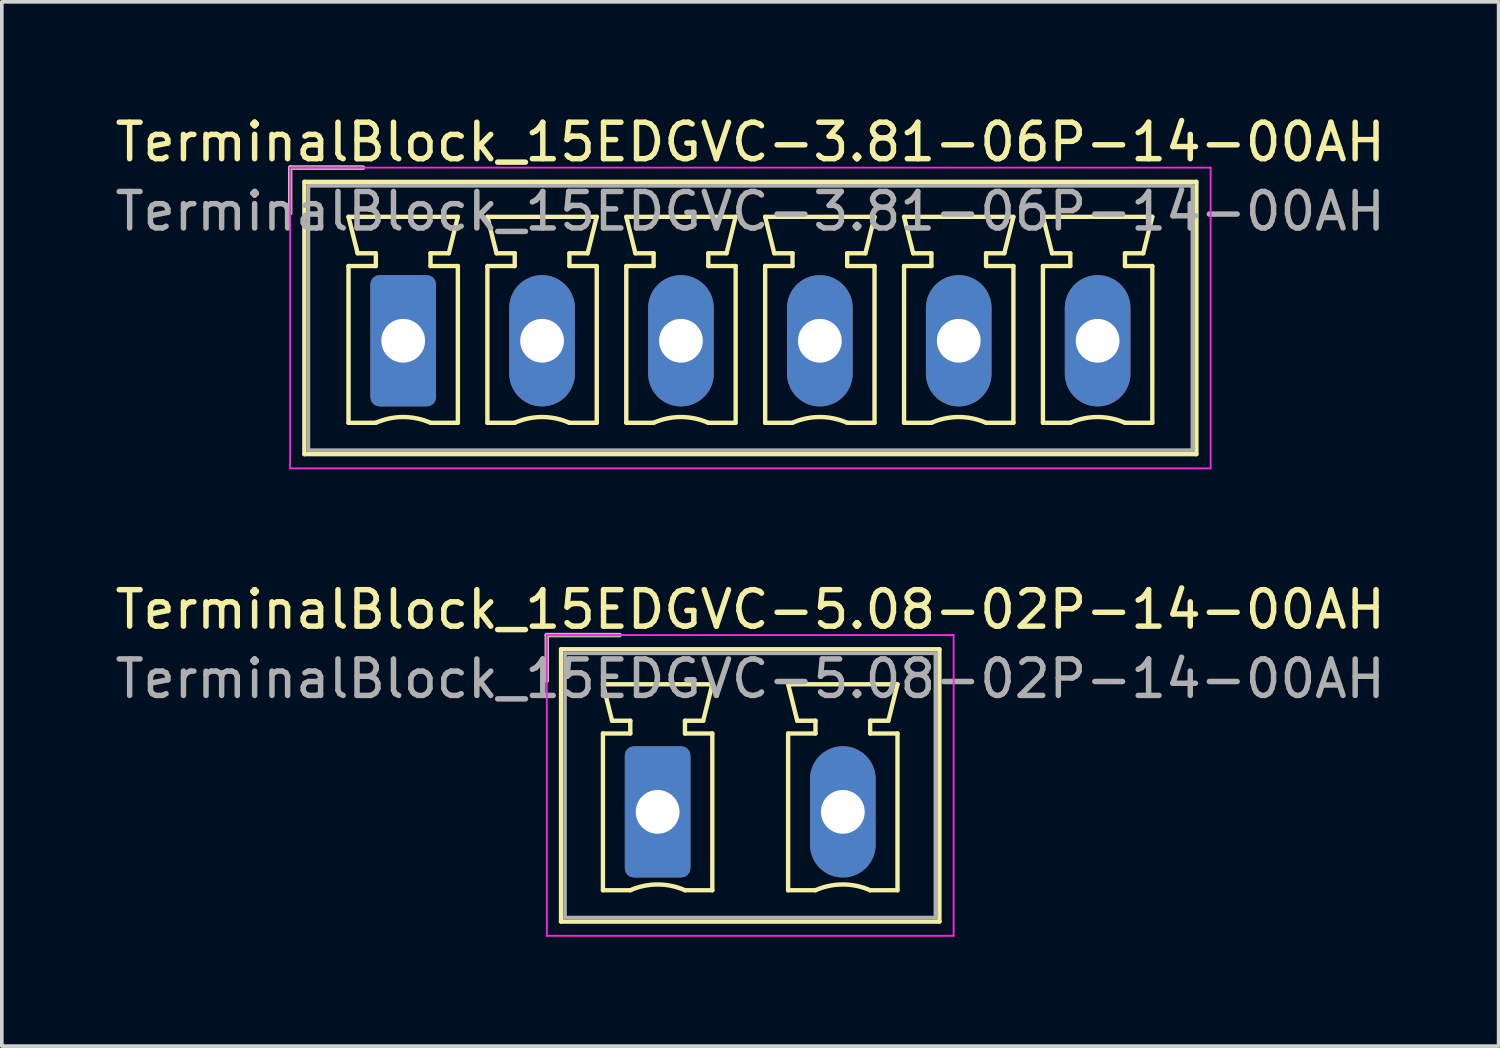
<source format=kicad_pcb>
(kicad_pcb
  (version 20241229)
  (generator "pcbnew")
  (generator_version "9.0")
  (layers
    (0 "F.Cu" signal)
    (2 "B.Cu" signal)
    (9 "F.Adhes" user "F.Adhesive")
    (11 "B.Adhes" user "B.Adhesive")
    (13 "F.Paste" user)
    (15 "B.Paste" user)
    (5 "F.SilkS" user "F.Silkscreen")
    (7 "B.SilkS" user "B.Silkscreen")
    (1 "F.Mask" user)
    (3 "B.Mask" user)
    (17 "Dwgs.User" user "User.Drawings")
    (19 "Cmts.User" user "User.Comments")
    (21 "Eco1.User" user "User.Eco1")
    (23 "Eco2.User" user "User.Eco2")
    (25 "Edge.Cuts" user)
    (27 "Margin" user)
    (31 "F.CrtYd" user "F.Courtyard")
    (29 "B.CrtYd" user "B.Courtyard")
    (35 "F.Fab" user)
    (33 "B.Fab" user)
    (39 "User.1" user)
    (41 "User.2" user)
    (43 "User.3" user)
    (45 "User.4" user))
  (footprint "TerminalBlock_15EDGVC-5.08-02P-14-00AH"
    (layer "F.Cu")
    (at 14.99 19.221)
    (property "Reference" "TerminalBlock_15EDGVC-5.08-02P-14-00AH" (at 2.54 -5.55 0) (layer "F.SilkS") (effects (font (size 1 1) (thickness 0.15))))
    (attr through_hole)
    (fp_line (start -3.04 -4.85) (end -1.04 -4.85) (stroke (width 0.12) (type solid)) (layer "F.SilkS"))
    (fp_line (start -3.04 -3.6) (end -3.04 -4.85) (stroke (width 0.12) (type solid)) (layer "F.SilkS"))
    (fp_line (start -2.65 -4.46) (end -2.65 3.01) (stroke (width 0.12) (type solid)) (layer "F.SilkS"))
    (fp_line (start -2.65 3.01) (end 7.73 3.01) (stroke (width 0.12) (type solid)) (layer "F.SilkS"))
    (fp_line (start -1.5 -3.5) (end 1.5 -3.5) (stroke (width 0.12) (type solid)) (layer "F.SilkS"))
    (fp_line (start -1.5 -2.15) (end -0.75 -2.15) (stroke (width 0.12) (type solid)) (layer "F.SilkS"))
    (fp_line (start -1.5 2.15) (end -1.5 -2.15) (stroke (width 0.12) (type solid)) (layer "F.SilkS"))
    (fp_line (start -1.25 -2.5) (end -1.5 -3.5) (stroke (width 0.12) (type solid)) (layer "F.SilkS"))
    (fp_line (start -0.75 -2.5) (end -1.25 -2.5) (stroke (width 0.12) (type solid)) (layer "F.SilkS"))
    (fp_line (start -0.75 -2.15) (end -0.75 -2.5) (stroke (width 0.12) (type solid)) (layer "F.SilkS"))
    (fp_line (start -0.75 2.15) (end -1.5 2.15) (stroke (width 0.12) (type solid)) (layer "F.SilkS"))
    (fp_line (start 0.75 -2.5) (end 0.75 -2.15) (stroke (width 0.12) (type solid)) (layer "F.SilkS"))
    (fp_line (start 0.75 -2.15) (end 1.5 -2.15) (stroke (width 0.12) (type solid)) (layer "F.SilkS"))
    (fp_line (start 1.25 -2.5) (end 0.75 -2.5) (stroke (width 0.12) (type solid)) (layer "F.SilkS"))
    (fp_line (start 1.5 -3.5) (end 1.25 -2.5) (stroke (width 0.12) (type solid)) (layer "F.SilkS"))
    (fp_line (start 1.5 -2.15) (end 1.5 2.15) (stroke (width 0.12) (type solid)) (layer "F.SilkS"))
    (fp_line (start 1.5 2.15) (end 0.75 2.15) (stroke (width 0.12) (type solid)) (layer "F.SilkS"))
    (fp_line (start 3.58 -3.5) (end 6.58 -3.5) (stroke (width 0.12) (type solid)) (layer "F.SilkS"))
    (fp_line (start 3.58 -2.15) (end 4.33 -2.15) (stroke (width 0.12) (type solid)) (layer "F.SilkS"))
    (fp_line (start 3.58 2.15) (end 3.58 -2.15) (stroke (width 0.12) (type solid)) (layer "F.SilkS"))
    (fp_line (start 3.83 -2.5) (end 3.58 -3.5) (stroke (width 0.12) (type solid)) (layer "F.SilkS"))
    (fp_line (start 4.33 -2.5) (end 3.83 -2.5) (stroke (width 0.12) (type solid)) (layer "F.SilkS"))
    (fp_line (start 4.33 -2.15) (end 4.33 -2.5) (stroke (width 0.12) (type solid)) (layer "F.SilkS"))
    (fp_line (start 4.33 2.15) (end 3.58 2.15) (stroke (width 0.12) (type solid)) (layer "F.SilkS"))
    (fp_line (start 5.83 -2.5) (end 5.83 -2.15) (stroke (width 0.12) (type solid)) (layer "F.SilkS"))
    (fp_line (start 5.83 -2.15) (end 6.58 -2.15) (stroke (width 0.12) (type solid)) (layer "F.SilkS"))
    (fp_line (start 6.33 -2.5) (end 5.83 -2.5) (stroke (width 0.12) (type solid)) (layer "F.SilkS"))
    (fp_line (start 6.58 -3.5) (end 6.33 -2.5) (stroke (width 0.12) (type solid)) (layer "F.SilkS"))
    (fp_line (start 6.58 -2.15) (end 6.58 2.15) (stroke (width 0.12) (type solid)) (layer "F.SilkS"))
    (fp_line (start 6.58 2.15) (end 5.83 2.15) (stroke (width 0.12) (type solid)) (layer "F.SilkS"))
    (fp_line (start 7.73 -4.46) (end -2.65 -4.46) (stroke (width 0.12) (type solid)) (layer "F.SilkS"))
    (fp_line (start 7.73 3.01) (end 7.73 -4.46) (stroke (width 0.12) (type solid)) (layer "F.SilkS"))
    (fp_arc (start -0.75 2.15) (mid -0.000193 1.99191) (end 0.749647 2.149844) (stroke (width 0.12) (type solid)) (layer "F.SilkS"))
    (fp_arc (start 4.33 2.15) (mid 5.079807 1.99191) (end 5.829647 2.149844) (stroke (width 0.12) (type solid)) (layer "F.SilkS"))
    (fp_line (start -3.04 -4.85) (end -3.04 3.4) (stroke (width 0.05) (type solid)) (layer "F.CrtYd"))
    (fp_line (start -3.04 3.4) (end 8.12 3.4) (stroke (width 0.05) (type solid)) (layer "F.CrtYd"))
    (fp_line (start 8.12 -4.85) (end -3.04 -4.85) (stroke (width 0.05) (type solid)) (layer "F.CrtYd"))
    (fp_line (start 8.12 3.4) (end 8.12 -4.85) (stroke (width 0.05) (type solid)) (layer "F.CrtYd"))
    (fp_line (start -3.04 -4.85) (end -1.04 -4.85) (stroke (width 0.1) (type solid)) (layer "F.Fab"))
    (fp_line (start -3.04 -3.6) (end -3.04 -4.85) (stroke (width 0.1) (type solid)) (layer "F.Fab"))
    (fp_line (start -2.54 -4.35) (end -2.54 2.9) (stroke (width 0.1) (type solid)) (layer "F.Fab"))
    (fp_line (start -2.54 2.9) (end 7.62 2.9) (stroke (width 0.1) (type solid)) (layer "F.Fab"))
    (fp_line (start 7.62 -4.35) (end -2.54 -4.35) (stroke (width 0.1) (type solid)) (layer "F.Fab"))
    (fp_line (start 7.62 2.9) (end 7.62 -4.35) (stroke (width 0.1) (type solid)) (layer "F.Fab"))
    (fp_text user "${REFERENCE}" (at 2.54 -3.65 0) (layer "F.Fab") (effects (font (size 1 1) (thickness 0.15))))
    (pad "1" thru_hole roundrect (at 0 0) (size 1.8 3.6) (drill 1.2) (layers "*.Cu" "*.Mask") (roundrect_rratio 0.139))
    (pad "2" thru_hole oval (at 5.08 0) (size 1.8 3.6) (drill 1.2) (layers "*.Cu" "*.Mask")))
  (footprint "TerminalBlock_15EDGVC-3.81-06P-14-00AH"
    (layer "F.Cu")
    (at 8.01 6.298)
    (property "Reference" "TerminalBlock_15EDGVC-3.81-06P-14-00AH" (at 9.52 -5.45 0) (layer "F.SilkS") (effects (font (size 1 1) (thickness 0.15))))
    (attr through_hole)
    (fp_line (start -3.1 -4.75) (end -1.1 -4.75) (stroke (width 0.12) (type solid)) (layer "F.SilkS"))
    (fp_line (start -3.1 -3.5) (end -3.1 -4.75) (stroke (width 0.12) (type solid)) (layer "F.SilkS"))
    (fp_line (start -2.71 -4.36) (end -2.71 3.11) (stroke (width 0.12) (type solid)) (layer "F.SilkS"))
    (fp_line (start -2.71 3.11) (end 21.76 3.11) (stroke (width 0.12) (type solid)) (layer "F.SilkS"))
    (fp_line (start -1.5 -3.4) (end 1.5 -3.4) (stroke (width 0.12) (type solid)) (layer "F.SilkS"))
    (fp_line (start -1.5 -2.05) (end -0.75 -2.05) (stroke (width 0.12) (type solid)) (layer "F.SilkS"))
    (fp_line (start -1.5 2.25) (end -1.5 -2.05) (stroke (width 0.12) (type solid)) (layer "F.SilkS"))
    (fp_line (start -1.25 -2.4) (end -1.5 -3.4) (stroke (width 0.12) (type solid)) (layer "F.SilkS"))
    (fp_line (start -0.75 -2.4) (end -1.25 -2.4) (stroke (width 0.12) (type solid)) (layer "F.SilkS"))
    (fp_line (start -0.75 -2.05) (end -0.75 -2.4) (stroke (width 0.12) (type solid)) (layer "F.SilkS"))
    (fp_line (start -0.75 2.25) (end -1.5 2.25) (stroke (width 0.12) (type solid)) (layer "F.SilkS"))
    (fp_line (start 0.75 -2.4) (end 0.75 -2.05) (stroke (width 0.12) (type solid)) (layer "F.SilkS"))
    (fp_line (start 0.75 -2.05) (end 1.5 -2.05) (stroke (width 0.12) (type solid)) (layer "F.SilkS"))
    (fp_line (start 1.25 -2.4) (end 0.75 -2.4) (stroke (width 0.12) (type solid)) (layer "F.SilkS"))
    (fp_line (start 1.5 -3.4) (end 1.25 -2.4) (stroke (width 0.12) (type solid)) (layer "F.SilkS"))
    (fp_line (start 1.5 -2.05) (end 1.5 2.25) (stroke (width 0.12) (type solid)) (layer "F.SilkS"))
    (fp_line (start 1.5 2.25) (end 0.75 2.25) (stroke (width 0.12) (type solid)) (layer "F.SilkS"))
    (fp_line (start 2.31 -3.4) (end 5.31 -3.4) (stroke (width 0.12) (type solid)) (layer "F.SilkS"))
    (fp_line (start 2.31 -2.05) (end 3.06 -2.05) (stroke (width 0.12) (type solid)) (layer "F.SilkS"))
    (fp_line (start 2.31 2.25) (end 2.31 -2.05) (stroke (width 0.12) (type solid)) (layer "F.SilkS"))
    (fp_line (start 2.56 -2.4) (end 2.31 -3.4) (stroke (width 0.12) (type solid)) (layer "F.SilkS"))
    (fp_line (start 3.06 -2.4) (end 2.56 -2.4) (stroke (width 0.12) (type solid)) (layer "F.SilkS"))
    (fp_line (start 3.06 -2.05) (end 3.06 -2.4) (stroke (width 0.12) (type solid)) (layer "F.SilkS"))
    (fp_line (start 3.06 2.25) (end 2.31 2.25) (stroke (width 0.12) (type solid)) (layer "F.SilkS"))
    (fp_line (start 4.56 -2.4) (end 4.56 -2.05) (stroke (width 0.12) (type solid)) (layer "F.SilkS"))
    (fp_line (start 4.56 -2.05) (end 5.31 -2.05) (stroke (width 0.12) (type solid)) (layer "F.SilkS"))
    (fp_line (start 5.06 -2.4) (end 4.56 -2.4) (stroke (width 0.12) (type solid)) (layer "F.SilkS"))
    (fp_line (start 5.31 -3.4) (end 5.06 -2.4) (stroke (width 0.12) (type solid)) (layer "F.SilkS"))
    (fp_line (start 5.31 -2.05) (end 5.31 2.25) (stroke (width 0.12) (type solid)) (layer "F.SilkS"))
    (fp_line (start 5.31 2.25) (end 4.56 2.25) (stroke (width 0.12) (type solid)) (layer "F.SilkS"))
    (fp_line (start 6.12 -3.4) (end 9.12 -3.4) (stroke (width 0.12) (type solid)) (layer "F.SilkS"))
    (fp_line (start 6.12 -2.05) (end 6.87 -2.05) (stroke (width 0.12) (type solid)) (layer "F.SilkS"))
    (fp_line (start 6.12 2.25) (end 6.12 -2.05) (stroke (width 0.12) (type solid)) (layer "F.SilkS"))
    (fp_line (start 6.37 -2.4) (end 6.12 -3.4) (stroke (width 0.12) (type solid)) (layer "F.SilkS"))
    (fp_line (start 6.87 -2.4) (end 6.37 -2.4) (stroke (width 0.12) (type solid)) (layer "F.SilkS"))
    (fp_line (start 6.87 -2.05) (end 6.87 -2.4) (stroke (width 0.12) (type solid)) (layer "F.SilkS"))
    (fp_line (start 6.87 2.25) (end 6.12 2.25) (stroke (width 0.12) (type solid)) (layer "F.SilkS"))
    (fp_line (start 8.37 -2.4) (end 8.37 -2.05) (stroke (width 0.12) (type solid)) (layer "F.SilkS"))
    (fp_line (start 8.37 -2.05) (end 9.12 -2.05) (stroke (width 0.12) (type solid)) (layer "F.SilkS"))
    (fp_line (start 8.87 -2.4) (end 8.37 -2.4) (stroke (width 0.12) (type solid)) (layer "F.SilkS"))
    (fp_line (start 9.12 -3.4) (end 8.87 -2.4) (stroke (width 0.12) (type solid)) (layer "F.SilkS"))
    (fp_line (start 9.12 -2.05) (end 9.12 2.25) (stroke (width 0.12) (type solid)) (layer "F.SilkS"))
    (fp_line (start 9.12 2.25) (end 8.37 2.25) (stroke (width 0.12) (type solid)) (layer "F.SilkS"))
    (fp_line (start 9.93 -3.4) (end 12.93 -3.4) (stroke (width 0.12) (type solid)) (layer "F.SilkS"))
    (fp_line (start 9.93 -2.05) (end 10.68 -2.05) (stroke (width 0.12) (type solid)) (layer "F.SilkS"))
    (fp_line (start 9.93 2.25) (end 9.93 -2.05) (stroke (width 0.12) (type solid)) (layer "F.SilkS"))
    (fp_line (start 10.18 -2.4) (end 9.93 -3.4) (stroke (width 0.12) (type solid)) (layer "F.SilkS"))
    (fp_line (start 10.68 -2.4) (end 10.18 -2.4) (stroke (width 0.12) (type solid)) (layer "F.SilkS"))
    (fp_line (start 10.68 -2.05) (end 10.68 -2.4) (stroke (width 0.12) (type solid)) (layer "F.SilkS"))
    (fp_line (start 10.68 2.25) (end 9.93 2.25) (stroke (width 0.12) (type solid)) (layer "F.SilkS"))
    (fp_line (start 12.18 -2.4) (end 12.18 -2.05) (stroke (width 0.12) (type solid)) (layer "F.SilkS"))
    (fp_line (start 12.18 -2.05) (end 12.93 -2.05) (stroke (width 0.12) (type solid)) (layer "F.SilkS"))
    (fp_line (start 12.68 -2.4) (end 12.18 -2.4) (stroke (width 0.12) (type solid)) (layer "F.SilkS"))
    (fp_line (start 12.93 -3.4) (end 12.68 -2.4) (stroke (width 0.12) (type solid)) (layer "F.SilkS"))
    (fp_line (start 12.93 -2.05) (end 12.93 2.25) (stroke (width 0.12) (type solid)) (layer "F.SilkS"))
    (fp_line (start 12.93 2.25) (end 12.18 2.25) (stroke (width 0.12) (type solid)) (layer "F.SilkS"))
    (fp_line (start 13.74 -3.4) (end 16.74 -3.4) (stroke (width 0.12) (type solid)) (layer "F.SilkS"))
    (fp_line (start 13.74 -2.05) (end 14.49 -2.05) (stroke (width 0.12) (type solid)) (layer "F.SilkS"))
    (fp_line (start 13.74 2.25) (end 13.74 -2.05) (stroke (width 0.12) (type solid)) (layer "F.SilkS"))
    (fp_line (start 13.99 -2.4) (end 13.74 -3.4) (stroke (width 0.12) (type solid)) (layer "F.SilkS"))
    (fp_line (start 14.49 -2.4) (end 13.99 -2.4) (stroke (width 0.12) (type solid)) (layer "F.SilkS"))
    (fp_line (start 14.49 -2.05) (end 14.49 -2.4) (stroke (width 0.12) (type solid)) (layer "F.SilkS"))
    (fp_line (start 14.49 2.25) (end 13.74 2.25) (stroke (width 0.12) (type solid)) (layer "F.SilkS"))
    (fp_line (start 15.99 -2.4) (end 15.99 -2.05) (stroke (width 0.12) (type solid)) (layer "F.SilkS"))
    (fp_line (start 15.99 -2.05) (end 16.74 -2.05) (stroke (width 0.12) (type solid)) (layer "F.SilkS"))
    (fp_line (start 16.49 -2.4) (end 15.99 -2.4) (stroke (width 0.12) (type solid)) (layer "F.SilkS"))
    (fp_line (start 16.74 -3.4) (end 16.49 -2.4) (stroke (width 0.12) (type solid)) (layer "F.SilkS"))
    (fp_line (start 16.74 -2.05) (end 16.74 2.25) (stroke (width 0.12) (type solid)) (layer "F.SilkS"))
    (fp_line (start 16.74 2.25) (end 15.99 2.25) (stroke (width 0.12) (type solid)) (layer "F.SilkS"))
    (fp_line (start 17.55 -3.4) (end 20.55 -3.4) (stroke (width 0.12) (type solid)) (layer "F.SilkS"))
    (fp_line (start 17.55 -2.05) (end 18.3 -2.05) (stroke (width 0.12) (type solid)) (layer "F.SilkS"))
    (fp_line (start 17.55 2.25) (end 17.55 -2.05) (stroke (width 0.12) (type solid)) (layer "F.SilkS"))
    (fp_line (start 17.8 -2.4) (end 17.55 -3.4) (stroke (width 0.12) (type solid)) (layer "F.SilkS"))
    (fp_line (start 18.3 -2.4) (end 17.8 -2.4) (stroke (width 0.12) (type solid)) (layer "F.SilkS"))
    (fp_line (start 18.3 -2.05) (end 18.3 -2.4) (stroke (width 0.12) (type solid)) (layer "F.SilkS"))
    (fp_line (start 18.3 2.25) (end 17.55 2.25) (stroke (width 0.12) (type solid)) (layer "F.SilkS"))
    (fp_line (start 19.8 -2.4) (end 19.8 -2.05) (stroke (width 0.12) (type solid)) (layer "F.SilkS"))
    (fp_line (start 19.8 -2.05) (end 20.55 -2.05) (stroke (width 0.12) (type solid)) (layer "F.SilkS"))
    (fp_line (start 20.3 -2.4) (end 19.8 -2.4) (stroke (width 0.12) (type solid)) (layer "F.SilkS"))
    (fp_line (start 20.55 -3.4) (end 20.3 -2.4) (stroke (width 0.12) (type solid)) (layer "F.SilkS"))
    (fp_line (start 20.55 -2.05) (end 20.55 2.25) (stroke (width 0.12) (type solid)) (layer "F.SilkS"))
    (fp_line (start 20.55 2.25) (end 19.8 2.25) (stroke (width 0.12) (type solid)) (layer "F.SilkS"))
    (fp_line (start 21.76 -4.36) (end -2.71 -4.36) (stroke (width 0.12) (type solid)) (layer "F.SilkS"))
    (fp_line (start 21.76 3.11) (end 21.76 -4.36) (stroke (width 0.12) (type solid)) (layer "F.SilkS"))
    (fp_arc (start -0.75 2.25) (mid -0.000193 2.09191) (end 0.749647 2.249844) (stroke (width 0.12) (type solid)) (layer "F.SilkS"))
    (fp_arc (start 3.06 2.25) (mid 3.809807 2.09191) (end 4.559647 2.249844) (stroke (width 0.12) (type solid)) (layer "F.SilkS"))
    (fp_arc (start 6.87 2.25) (mid 7.619807 2.09191) (end 8.369647 2.249844) (stroke (width 0.12) (type solid)) (layer "F.SilkS"))
    (fp_arc (start 10.68 2.25) (mid 11.429807 2.09191) (end 12.179647 2.249844) (stroke (width 0.12) (type solid)) (layer "F.SilkS"))
    (fp_arc (start 14.49 2.25) (mid 15.239807 2.09191) (end 15.989647 2.249844) (stroke (width 0.12) (type solid)) (layer "F.SilkS"))
    (fp_arc (start 18.3 2.25) (mid 19.049807 2.09191) (end 19.799647 2.249844) (stroke (width 0.12) (type solid)) (layer "F.SilkS"))
    (fp_line (start -3.1 -4.75) (end -3.1 3.5) (stroke (width 0.05) (type solid)) (layer "F.CrtYd"))
    (fp_line (start -3.1 3.5) (end 22.15 3.5) (stroke (width 0.05) (type solid)) (layer "F.CrtYd"))
    (fp_line (start 22.15 -4.75) (end -3.1 -4.75) (stroke (width 0.05) (type solid)) (layer "F.CrtYd"))
    (fp_line (start 22.15 3.5) (end 22.15 -4.75) (stroke (width 0.05) (type solid)) (layer "F.CrtYd"))
    (fp_line (start -3.1 -4.75) (end -1.1 -4.75) (stroke (width 0.1) (type solid)) (layer "F.Fab"))
    (fp_line (start -3.1 -3.5) (end -3.1 -4.75) (stroke (width 0.1) (type solid)) (layer "F.Fab"))
    (fp_line (start -2.6 -4.25) (end -2.6 3) (stroke (width 0.1) (type solid)) (layer "F.Fab"))
    (fp_line (start -2.6 3) (end 21.65 3) (stroke (width 0.1) (type solid)) (layer "F.Fab"))
    (fp_line (start 21.65 -4.25) (end -2.6 -4.25) (stroke (width 0.1) (type solid)) (layer "F.Fab"))
    (fp_line (start 21.65 3) (end 21.65 -4.25) (stroke (width 0.1) (type solid)) (layer "F.Fab"))
    (fp_text user "${REFERENCE}" (at 9.52 -3.55 0) (layer "F.Fab") (effects (font (size 1 1) (thickness 0.15))))
    (pad "1" thru_hole roundrect (at 0 0) (size 1.8 3.6) (drill 1.2) (layers "*.Cu" "*.Mask") (roundrect_rratio 0.139))
    (pad "2" thru_hole oval (at 3.81 0) (size 1.8 3.6) (drill 1.2) (layers "*.Cu" "*.Mask"))
    (pad "3" thru_hole oval (at 7.62 0) (size 1.8 3.6) (drill 1.2) (layers "*.Cu" "*.Mask"))
    (pad "4" thru_hole oval (at 11.43 0) (size 1.8 3.6) (drill 1.2) (layers "*.Cu" "*.Mask"))
    (pad "5" thru_hole oval (at 15.24 0) (size 1.8 3.6) (drill 1.2) (layers "*.Cu" "*.Mask"))
    (pad "6" thru_hole oval (at 19.05 0) (size 1.8 3.6) (drill 1.2) (layers "*.Cu" "*.Mask")))
  (gr_rect
    (start -3 -3)
    (end 38.06 25.646)
    (stroke (width 0.1) (type default))
    (fill no)
    (layer "Edge.Cuts")))
</source>
